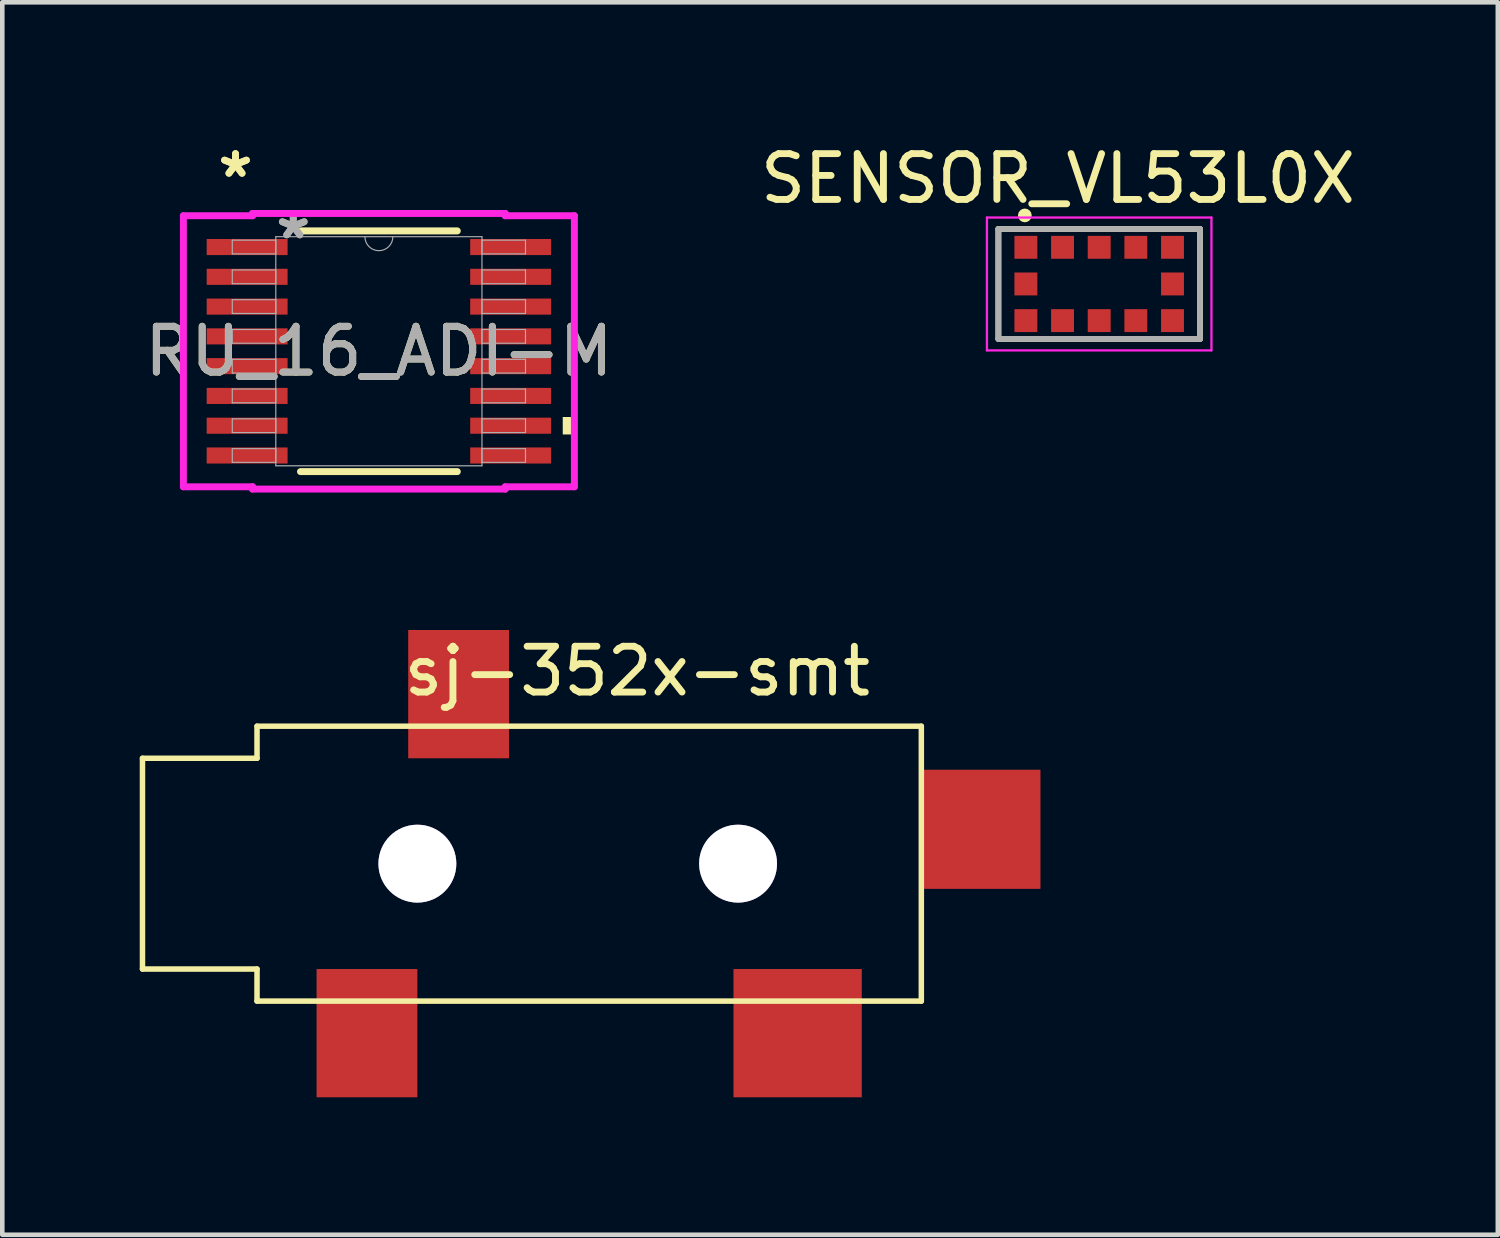
<source format=kicad_pcb>
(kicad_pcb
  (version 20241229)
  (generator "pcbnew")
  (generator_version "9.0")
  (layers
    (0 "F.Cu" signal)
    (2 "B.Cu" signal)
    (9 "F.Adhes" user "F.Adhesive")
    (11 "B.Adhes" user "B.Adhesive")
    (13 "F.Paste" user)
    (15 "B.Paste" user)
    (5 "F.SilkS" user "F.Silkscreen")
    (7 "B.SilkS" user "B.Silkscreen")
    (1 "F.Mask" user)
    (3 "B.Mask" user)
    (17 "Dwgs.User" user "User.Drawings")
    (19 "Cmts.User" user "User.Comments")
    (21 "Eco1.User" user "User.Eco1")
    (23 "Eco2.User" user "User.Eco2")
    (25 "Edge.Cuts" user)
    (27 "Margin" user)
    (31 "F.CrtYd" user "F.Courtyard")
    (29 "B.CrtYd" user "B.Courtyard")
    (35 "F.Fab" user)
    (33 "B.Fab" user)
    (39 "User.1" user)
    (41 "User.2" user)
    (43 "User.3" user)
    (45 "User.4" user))
  (footprint "SENSOR_VL53L0X"
    (layer "F.Cu")
    (at 20.942 3.148)
    (property "Reference" "SENSOR_VL53L0X" (at -0.9 -2.3 0) (layer "F.SilkS") (effects (font (size 1 1) (thickness 0.15))))
    (attr smd)
    (fp_line (start -2.2 -1.2) (end -2.2 1.2) (stroke (width 0.127) (type solid)) (layer "F.SilkS"))
    (fp_line (start -2.2 1.2) (end 2.2 1.2) (stroke (width 0.127) (type solid)) (layer "F.SilkS"))
    (fp_line (start 2.2 -1.2) (end -2.2 -1.2) (stroke (width 0.127) (type solid)) (layer "F.SilkS"))
    (fp_line (start 2.2 1.2) (end 2.2 -1.2) (stroke (width 0.127) (type solid)) (layer "F.SilkS"))
    (fp_circle (center -1.623 -1.496) (end -1.548 -1.496) (stroke (width 0.15) (type solid)) (fill no) (layer "F.SilkS"))
    (fp_line (start -2.45 -1.45) (end -2.45 1.45) (stroke (width 0.05) (type solid)) (layer "F.CrtYd"))
    (fp_line (start -2.45 1.45) (end 2.45 1.45) (stroke (width 0.05) (type solid)) (layer "F.CrtYd"))
    (fp_line (start 2.45 -1.45) (end -2.45 -1.45) (stroke (width 0.05) (type solid)) (layer "F.CrtYd"))
    (fp_line (start 2.45 1.45) (end 2.45 -1.45) (stroke (width 0.05) (type solid)) (layer "F.CrtYd"))
    (fp_line (start -2.2 -1.2) (end -2.2 1.2) (stroke (width 0.127) (type solid)) (layer "F.Fab"))
    (fp_line (start -2.2 1.2) (end 2.2 1.2) (stroke (width 0.127) (type solid)) (layer "F.Fab"))
    (fp_line (start 2.2 -1.2) (end -2.2 -1.2) (stroke (width 0.127) (type solid)) (layer "F.Fab"))
    (fp_line (start 2.2 1.2) (end 2.2 -1.2) (stroke (width 0.127) (type solid)) (layer "F.Fab"))
    (pad "1" smd rect (at -1.6 -0.8 180) (size 0.5 0.5) (layers "F.Cu" "F.Mask" "F.Paste"))
    (pad "2" smd rect (at -0.8 -0.8 180) (size 0.5 0.5) (layers "F.Cu" "F.Mask" "F.Paste"))
    (pad "3" smd rect (at 0 -0.8 180) (size 0.5 0.5) (layers "F.Cu" "F.Mask" "F.Paste"))
    (pad "4" smd rect (at 0.8 -0.8 180) (size 0.5 0.5) (layers "F.Cu" "F.Mask" "F.Paste"))
    (pad "5" smd rect (at 1.6 -0.8 180) (size 0.5 0.5) (layers "F.Cu" "F.Mask" "F.Paste"))
    (pad "6" smd rect (at 1.6 0 180) (size 0.5 0.5) (layers "F.Cu" "F.Mask" "F.Paste"))
    (pad "7" smd rect (at 1.6 0.8 180) (size 0.5 0.5) (layers "F.Cu" "F.Mask" "F.Paste"))
    (pad "8" smd rect (at 0.8 0.8 180) (size 0.5 0.5) (layers "F.Cu" "F.Mask" "F.Paste"))
    (pad "9" smd rect (at 0 0.8 180) (size 0.5 0.5) (layers "F.Cu" "F.Mask" "F.Paste"))
    (pad "10" smd rect (at -0.8 0.8 180) (size 0.5 0.5) (layers "F.Cu" "F.Mask" "F.Paste"))
    (pad "11" smd rect (at -1.6 0.8 180) (size 0.5 0.5) (layers "F.Cu" "F.Mask" "F.Paste"))
    (pad "12" smd rect (at -1.6 0 180) (size 0.5 0.5) (layers "F.Cu" "F.Mask" "F.Paste")))
  (footprint "RU_16_ADI-M"
    (layer "F.Cu")
    (at 5.22 4.617)
    (property "Reference" "RU_16_ADI-M" (at 0 0 0) (unlocked yes) (layer "F.SilkS") (effects (font (size 1 1) (thickness 0.15))))
    (attr smd)
    (fp_line (start -1.711 2.627) (end 1.711 2.627) (stroke (width 0.152) (type solid)) (layer "F.SilkS"))
    (fp_line (start 1.711 -2.627) (end -1.711 -2.627) (stroke (width 0.152) (type solid)) (layer "F.SilkS"))
    (fp_poly (pts (xy 4.267 1.435) (xy 4.267 1.816) (xy 4.013 1.816) (xy 4.013 1.435)) (stroke (width 0) (type solid)) (fill yes) (layer "F.SilkS"))
    (fp_line (start -4.267 -2.958) (end -2.758 -2.958) (stroke (width 0.152) (type solid)) (layer "F.CrtYd"))
    (fp_line (start -4.267 2.958) (end -4.267 -2.958) (stroke (width 0.152) (type solid)) (layer "F.CrtYd"))
    (fp_line (start -4.267 2.958) (end -2.758 2.958) (stroke (width 0.152) (type solid)) (layer "F.CrtYd"))
    (fp_line (start -2.758 -3.008) (end 2.758 -3.008) (stroke (width 0.152) (type solid)) (layer "F.CrtYd"))
    (fp_line (start -2.758 -2.958) (end -2.758 -3.008) (stroke (width 0.152) (type solid)) (layer "F.CrtYd"))
    (fp_line (start -2.758 3.008) (end -2.758 2.958) (stroke (width 0.152) (type solid)) (layer "F.CrtYd"))
    (fp_line (start 2.758 -3.008) (end 2.758 -2.958) (stroke (width 0.152) (type solid)) (layer "F.CrtYd"))
    (fp_line (start 2.758 2.958) (end 2.758 3.008) (stroke (width 0.152) (type solid)) (layer "F.CrtYd"))
    (fp_line (start 2.758 3.008) (end -2.758 3.008) (stroke (width 0.152) (type solid)) (layer "F.CrtYd"))
    (fp_line (start 4.267 -2.958) (end 2.758 -2.958) (stroke (width 0.152) (type solid)) (layer "F.CrtYd"))
    (fp_line (start 4.267 -2.958) (end 4.267 2.958) (stroke (width 0.152) (type solid)) (layer "F.CrtYd"))
    (fp_line (start 4.267 2.958) (end 2.758 2.958) (stroke (width 0.152) (type solid)) (layer "F.CrtYd"))
    (fp_line (start -3.2 -2.425) (end -3.2 -2.125) (stroke (width 0.025) (type solid)) (layer "F.Fab"))
    (fp_line (start -3.2 -2.125) (end -2.25 -2.125) (stroke (width 0.025) (type solid)) (layer "F.Fab"))
    (fp_line (start -3.2 -1.775) (end -3.2 -1.475) (stroke (width 0.025) (type solid)) (layer "F.Fab"))
    (fp_line (start -3.2 -1.475) (end -2.25 -1.475) (stroke (width 0.025) (type solid)) (layer "F.Fab"))
    (fp_line (start -3.2 -1.125) (end -3.2 -0.825) (stroke (width 0.025) (type solid)) (layer "F.Fab"))
    (fp_line (start -3.2 -0.825) (end -2.25 -0.825) (stroke (width 0.025) (type solid)) (layer "F.Fab"))
    (fp_line (start -3.2 -0.475) (end -3.2 -0.175) (stroke (width 0.025) (type solid)) (layer "F.Fab"))
    (fp_line (start -3.2 -0.175) (end -2.25 -0.175) (stroke (width 0.025) (type solid)) (layer "F.Fab"))
    (fp_line (start -3.2 0.175) (end -3.2 0.475) (stroke (width 0.025) (type solid)) (layer "F.Fab"))
    (fp_line (start -3.2 0.475) (end -2.25 0.475) (stroke (width 0.025) (type solid)) (layer "F.Fab"))
    (fp_line (start -3.2 0.825) (end -3.2 1.125) (stroke (width 0.025) (type solid)) (layer "F.Fab"))
    (fp_line (start -3.2 1.125) (end -2.25 1.125) (stroke (width 0.025) (type solid)) (layer "F.Fab"))
    (fp_line (start -3.2 1.475) (end -3.2 1.775) (stroke (width 0.025) (type solid)) (layer "F.Fab"))
    (fp_line (start -3.2 1.775) (end -2.25 1.775) (stroke (width 0.025) (type solid)) (layer "F.Fab"))
    (fp_line (start -3.2 2.125) (end -3.2 2.425) (stroke (width 0.025) (type solid)) (layer "F.Fab"))
    (fp_line (start -3.2 2.425) (end -2.25 2.425) (stroke (width 0.025) (type solid)) (layer "F.Fab"))
    (fp_line (start -2.25 -2.5) (end -2.25 2.5) (stroke (width 0.025) (type solid)) (layer "F.Fab"))
    (fp_line (start -2.25 -2.425) (end -3.2 -2.425) (stroke (width 0.025) (type solid)) (layer "F.Fab"))
    (fp_line (start -2.25 -2.125) (end -2.25 -2.425) (stroke (width 0.025) (type solid)) (layer "F.Fab"))
    (fp_line (start -2.25 -1.775) (end -3.2 -1.775) (stroke (width 0.025) (type solid)) (layer "F.Fab"))
    (fp_line (start -2.25 -1.475) (end -2.25 -1.775) (stroke (width 0.025) (type solid)) (layer "F.Fab"))
    (fp_line (start -2.25 -1.125) (end -3.2 -1.125) (stroke (width 0.025) (type solid)) (layer "F.Fab"))
    (fp_line (start -2.25 -0.825) (end -2.25 -1.125) (stroke (width 0.025) (type solid)) (layer "F.Fab"))
    (fp_line (start -2.25 -0.475) (end -3.2 -0.475) (stroke (width 0.025) (type solid)) (layer "F.Fab"))
    (fp_line (start -2.25 -0.175) (end -2.25 -0.475) (stroke (width 0.025) (type solid)) (layer "F.Fab"))
    (fp_line (start -2.25 0.175) (end -3.2 0.175) (stroke (width 0.025) (type solid)) (layer "F.Fab"))
    (fp_line (start -2.25 0.475) (end -2.25 0.175) (stroke (width 0.025) (type solid)) (layer "F.Fab"))
    (fp_line (start -2.25 0.825) (end -3.2 0.825) (stroke (width 0.025) (type solid)) (layer "F.Fab"))
    (fp_line (start -2.25 1.125) (end -2.25 0.825) (stroke (width 0.025) (type solid)) (layer "F.Fab"))
    (fp_line (start -2.25 1.475) (end -3.2 1.475) (stroke (width 0.025) (type solid)) (layer "F.Fab"))
    (fp_line (start -2.25 1.775) (end -2.25 1.475) (stroke (width 0.025) (type solid)) (layer "F.Fab"))
    (fp_line (start -2.25 2.125) (end -3.2 2.125) (stroke (width 0.025) (type solid)) (layer "F.Fab"))
    (fp_line (start -2.25 2.425) (end -2.25 2.125) (stroke (width 0.025) (type solid)) (layer "F.Fab"))
    (fp_line (start -2.25 2.5) (end 2.25 2.5) (stroke (width 0.025) (type solid)) (layer "F.Fab"))
    (fp_line (start 2.25 -2.5) (end -2.25 -2.5) (stroke (width 0.025) (type solid)) (layer "F.Fab"))
    (fp_line (start 2.25 -2.425) (end 2.25 -2.125) (stroke (width 0.025) (type solid)) (layer "F.Fab"))
    (fp_line (start 2.25 -2.125) (end 3.2 -2.125) (stroke (width 0.025) (type solid)) (layer "F.Fab"))
    (fp_line (start 2.25 -1.775) (end 2.25 -1.475) (stroke (width 0.025) (type solid)) (layer "F.Fab"))
    (fp_line (start 2.25 -1.475) (end 3.2 -1.475) (stroke (width 0.025) (type solid)) (layer "F.Fab"))
    (fp_line (start 2.25 -1.125) (end 2.25 -0.825) (stroke (width 0.025) (type solid)) (layer "F.Fab"))
    (fp_line (start 2.25 -0.825) (end 3.2 -0.825) (stroke (width 0.025) (type solid)) (layer "F.Fab"))
    (fp_line (start 2.25 -0.475) (end 2.25 -0.175) (stroke (width 0.025) (type solid)) (layer "F.Fab"))
    (fp_line (start 2.25 -0.175) (end 3.2 -0.175) (stroke (width 0.025) (type solid)) (layer "F.Fab"))
    (fp_line (start 2.25 0.175) (end 2.25 0.475) (stroke (width 0.025) (type solid)) (layer "F.Fab"))
    (fp_line (start 2.25 0.475) (end 3.2 0.475) (stroke (width 0.025) (type solid)) (layer "F.Fab"))
    (fp_line (start 2.25 0.825) (end 2.25 1.125) (stroke (width 0.025) (type solid)) (layer "F.Fab"))
    (fp_line (start 2.25 1.125) (end 3.2 1.125) (stroke (width 0.025) (type solid)) (layer "F.Fab"))
    (fp_line (start 2.25 1.475) (end 2.25 1.775) (stroke (width 0.025) (type solid)) (layer "F.Fab"))
    (fp_line (start 2.25 1.775) (end 3.2 1.775) (stroke (width 0.025) (type solid)) (layer "F.Fab"))
    (fp_line (start 2.25 2.125) (end 2.25 2.425) (stroke (width 0.025) (type solid)) (layer "F.Fab"))
    (fp_line (start 2.25 2.425) (end 3.2 2.425) (stroke (width 0.025) (type solid)) (layer "F.Fab"))
    (fp_line (start 2.25 2.5) (end 2.25 -2.5) (stroke (width 0.025) (type solid)) (layer "F.Fab"))
    (fp_line (start 3.2 -2.425) (end 2.25 -2.425) (stroke (width 0.025) (type solid)) (layer "F.Fab"))
    (fp_line (start 3.2 -2.125) (end 3.2 -2.425) (stroke (width 0.025) (type solid)) (layer "F.Fab"))
    (fp_line (start 3.2 -1.775) (end 2.25 -1.775) (stroke (width 0.025) (type solid)) (layer "F.Fab"))
    (fp_line (start 3.2 -1.475) (end 3.2 -1.775) (stroke (width 0.025) (type solid)) (layer "F.Fab"))
    (fp_line (start 3.2 -1.125) (end 2.25 -1.125) (stroke (width 0.025) (type solid)) (layer "F.Fab"))
    (fp_line (start 3.2 -0.825) (end 3.2 -1.125) (stroke (width 0.025) (type solid)) (layer "F.Fab"))
    (fp_line (start 3.2 -0.475) (end 2.25 -0.475) (stroke (width 0.025) (type solid)) (layer "F.Fab"))
    (fp_line (start 3.2 -0.175) (end 3.2 -0.475) (stroke (width 0.025) (type solid)) (layer "F.Fab"))
    (fp_line (start 3.2 0.175) (end 2.25 0.175) (stroke (width 0.025) (type solid)) (layer "F.Fab"))
    (fp_line (start 3.2 0.475) (end 3.2 0.175) (stroke (width 0.025) (type solid)) (layer "F.Fab"))
    (fp_line (start 3.2 0.825) (end 2.25 0.825) (stroke (width 0.025) (type solid)) (layer "F.Fab"))
    (fp_line (start 3.2 1.125) (end 3.2 0.825) (stroke (width 0.025) (type solid)) (layer "F.Fab"))
    (fp_line (start 3.2 1.475) (end 2.25 1.475) (stroke (width 0.025) (type solid)) (layer "F.Fab"))
    (fp_line (start 3.2 1.775) (end 3.2 1.475) (stroke (width 0.025) (type solid)) (layer "F.Fab"))
    (fp_line (start 3.2 2.125) (end 2.25 2.125) (stroke (width 0.025) (type solid)) (layer "F.Fab"))
    (fp_line (start 3.2 2.425) (end 3.2 2.125) (stroke (width 0.025) (type solid)) (layer "F.Fab"))
    (fp_arc (start 0.3048 -2.5) (mid 0 -2.1952) (end -0.3048 -2.5) (stroke (width 0.0254) (type solid)) (layer "F.Fab"))
    (fp_text user "*" (at -3.13 -3.769 0) (unlocked yes) (layer "F.SilkS") (effects (font (size 1 1) (thickness 0.15))))
    (fp_text user "*" (at -3.13 -3.769 0) (layer "F.SilkS") (effects (font (size 1 1) (thickness 0.15))))
    (fp_text user "*" (at -1.869 -2.424 0) (unlocked yes) (layer "F.Fab") (effects (font (size 1 1) (thickness 0.15))))
    (fp_text user "*" (at -1.869 -2.424 0) (layer "F.Fab") (effects (font (size 1 1) (thickness 0.15))))
    (fp_text user "${REFERENCE}" (at 0 0 0) (unlocked yes) (layer "F.Fab") (effects (font (size 1 1) (thickness 0.15))))
    (pad "1" smd rect (at -2.876 -2.275) (size 1.766 0.351) (layers "F.Cu" "F.Mask" "F.Paste"))
    (pad "2" smd rect (at -2.876 -1.625) (size 1.766 0.351) (layers "F.Cu" "F.Mask" "F.Paste"))
    (pad "3" smd rect (at -2.876 -0.975) (size 1.766 0.351) (layers "F.Cu" "F.Mask" "F.Paste"))
    (pad "4" smd rect (at -2.876 -0.325) (size 1.766 0.351) (layers "F.Cu" "F.Mask" "F.Paste"))
    (pad "5" smd rect (at -2.876 0.325) (size 1.766 0.351) (layers "F.Cu" "F.Mask" "F.Paste"))
    (pad "6" smd rect (at -2.876 0.975) (size 1.766 0.351) (layers "F.Cu" "F.Mask" "F.Paste"))
    (pad "7" smd rect (at -2.876 1.625) (size 1.766 0.351) (layers "F.Cu" "F.Mask" "F.Paste"))
    (pad "8" smd rect (at -2.876 2.275) (size 1.766 0.351) (layers "F.Cu" "F.Mask" "F.Paste"))
    (pad "9" smd rect (at 2.876 2.275) (size 1.766 0.351) (layers "F.Cu" "F.Mask" "F.Paste"))
    (pad "10" smd rect (at 2.876 1.625) (size 1.766 0.351) (layers "F.Cu" "F.Mask" "F.Paste"))
    (pad "11" smd rect (at 2.876 0.975) (size 1.766 0.351) (layers "F.Cu" "F.Mask" "F.Paste"))
    (pad "12" smd rect (at 2.876 0.325) (size 1.766 0.351) (layers "F.Cu" "F.Mask" "F.Paste"))
    (pad "13" smd rect (at 2.876 -0.325) (size 1.766 0.351) (layers "F.Cu" "F.Mask" "F.Paste"))
    (pad "14" smd rect (at 2.876 -0.975) (size 1.766 0.351) (layers "F.Cu" "F.Mask" "F.Paste"))
    (pad "15" smd rect (at 2.876 -1.625) (size 1.766 0.351) (layers "F.Cu" "F.Mask" "F.Paste"))
    (pad "16" smd rect (at 2.876 -2.275) (size 1.766 0.351) (layers "F.Cu" "F.Mask" "F.Paste")))
  (footprint "sj-352x-smt"
    (layer "F.Cu")
    (at 2.56 15.801)
    (property "Reference" "sj-352x-smt" (at 8.3 -4.2 0) (layer "F.SilkS") (effects (font (size 1 1) (thickness 0.15))))
    (attr through_hole)
    (fp_line (start -2.5 -2.3) (end -2.5 2.3) (stroke (width 0.12) (type solid)) (layer "F.SilkS"))
    (fp_line (start -2.5 2.3) (end 0 2.3) (stroke (width 0.12) (type solid)) (layer "F.SilkS"))
    (fp_line (start 0 -3) (end 0 -2.3) (stroke (width 0.12) (type solid)) (layer "F.SilkS"))
    (fp_line (start 0 -2.3) (end -2.5 -2.3) (stroke (width 0.12) (type solid)) (layer "F.SilkS"))
    (fp_line (start 0 2.3) (end 0 3) (stroke (width 0.12) (type solid)) (layer "F.SilkS"))
    (fp_line (start 0 3) (end 14.5 3) (stroke (width 0.12) (type solid)) (layer "F.SilkS"))
    (fp_line (start 14.5 -3) (end 0 -3) (stroke (width 0.12) (type solid)) (layer "F.SilkS"))
    (fp_line (start 14.5 3) (end 14.5 -3) (stroke (width 0.12) (type solid)) (layer "F.SilkS"))
    (pad "" thru_hole circle (at 3.5 0) (size 1.7 1.7) (drill 1.7) (layers "*.Cu" "*.Mask"))
    (pad "" thru_hole circle (at 10.5 0) (size 1.7 1.7) (drill 1.7) (layers "*.Cu" "*.Mask"))
    (pad "1" smd rect (at 2.4 3.7) (size 2.2 2.8) (layers "F.Cu" "F.Mask" "F.Paste"))
    (pad "2" smd rect (at 11.8 3.7) (size 2.8 2.8) (layers "F.Cu" "F.Mask" "F.Paste"))
    (pad "3" smd rect (at 4.4 -3.7) (size 2.2 2.8) (layers "F.Cu" "F.Mask" "F.Paste"))
    (pad "4" smd rect (at 15.8 -0.75 90) (size 2.6 2.6) (layers "F.Cu" "F.Mask" "F.Paste")))
  (gr_rect
    (start -3 -3)
    (end 29.643 23.901)
    (stroke (width 0.1) (type default))
    (fill no)
    (layer "Edge.Cuts")))
</source>
